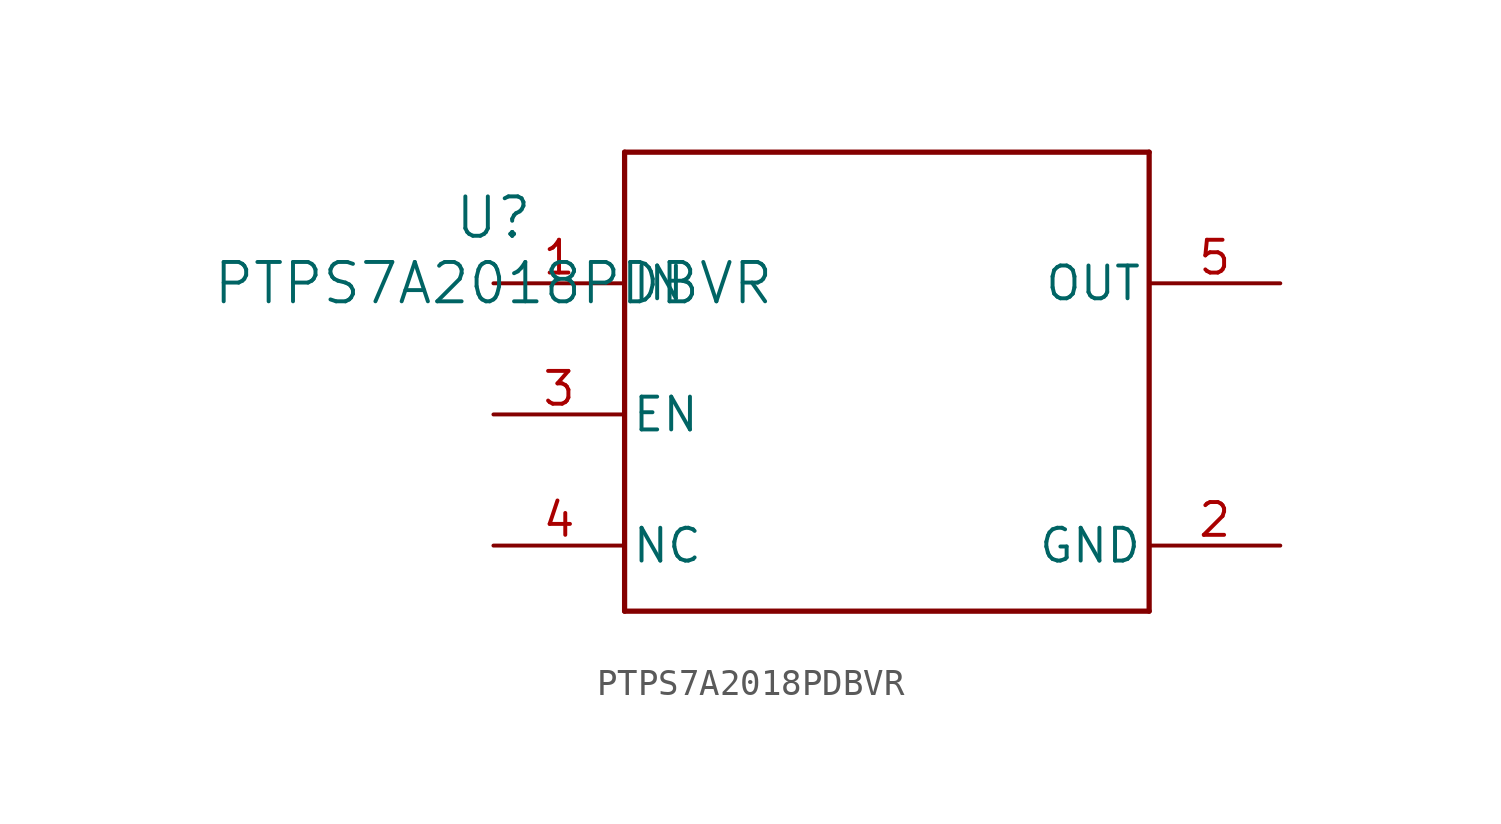
<source format=kicad_sym>
(kicad_symbol_lib
  (version 20211014)
  (generator kicad_symbol_editor)
  (symbol "PTPS7A2018PDBVR"
    (pin_names
      (offset 0.254))
    (property "Reference" "U"
      (at 0 2.54 0)
      (effects (font (size 1.524 1.524))))
    (property "Value" "PTPS7A2018PDBVR"
      (at 0 0 0)
      (effects (font (size 1.524 1.524))))
    (symbol "PTPS7A2018PDBVR_0_1"
      (polyline (pts (xy 5.08 -12.7) (xy 25.4 -12.7)) (stroke (width 0.203) (type default) (color 0 0 0 0)) (fill (type none)))
      (polyline (pts (xy 25.4 -12.7) (xy 25.4 5.08)) (stroke (width 0.203) (type default) (color 0 0 0 0)) (fill (type none)))
      (polyline (pts (xy 25.4 5.08) (xy 5.08 5.08)) (stroke (width 0.203) (type default) (color 0 0 0 0)) (fill (type none)))
      (polyline (pts (xy 5.08 5.08) (xy 5.08 -12.7)) (stroke (width 0.203) (type default) (color 0 0 0 0)) (fill (type none)))
      (pin power_in line (at 0 0 0) (length 5.08) (name "IN" (effects (font (size 1.27 1.27)))) (number "1" (effects (font (size 1.27 1.27)))))
      (pin power_in line (at 30.48 -10.16 180) (length 5.08) (name "GND" (effects (font (size 1.27 1.27)))) (number "2" (effects (font (size 1.27 1.27)))))
      (pin input line (at 0 -5.08 0) (length 5.08) (name "EN" (effects (font (size 1.27 1.27)))) (number "3" (effects (font (size 1.27 1.27)))))
      (pin unspecified line (at 0 -10.16 0) (length 5.08) (name "NC" (effects (font (size 1.27 1.27)))) (number "4" (effects (font (size 1.27 1.27)))))
      (pin unspecified line (at 30.48 0 180) (length 5.08) (name "OUT" (effects (font (size 1.27 1.27)))) (number "5" (effects (font (size 1.27 1.27))))))))
</source>
